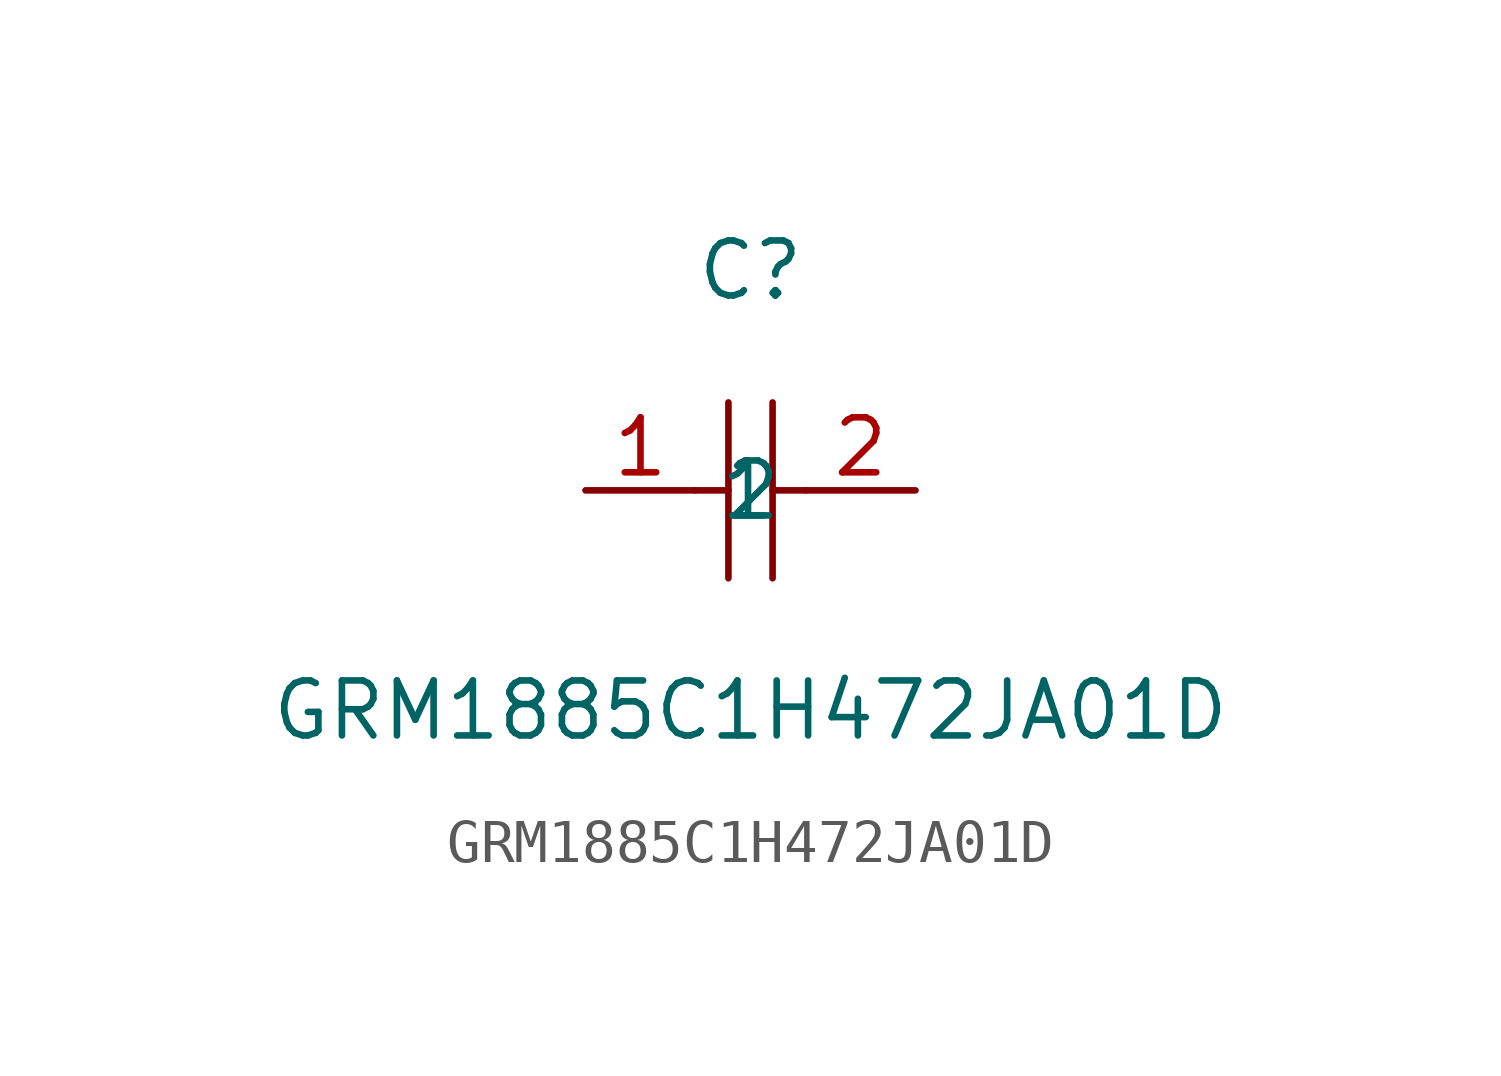
<source format=kicad_sym>
(kicad_symbol_lib
  (version 20211014)
  (generator https://github.com/uPesy/easyeda2kicad.py)
  (symbol "GRM1885C1H472JA01D"
    (property "Reference" "C"
      (at 0 5.08 0)
      (effects (font (size 1.27 1.27))))
    (property "Value" "GRM1885C1H472JA01D"
      (at 0 -5.08 0)
      (effects (font (size 1.27 1.27))))
    (symbol "GRM1885C1H472JA01D_0_1"
      (polyline (pts (xy -0.51 2.03) (xy -0.51 -2.03)) (stroke (width 0) (type default) (color 0 0 0 0)) (fill (type none)))
      (polyline (pts (xy 0.51 2.03) (xy 0.51 -2.03)) (stroke (width 0) (type default) (color 0 0 0 0)) (fill (type none)))
      (polyline (pts (xy -1.27 -0.00) (xy -0.51 -0.00)) (stroke (width 0) (type default) (color 0 0 0 0)) (fill (type none)))
      (polyline (pts (xy 0.51 -0.00) (xy 1.27 -0.00)) (stroke (width 0) (type default) (color 0 0 0 0)) (fill (type none)))
      (pin input line (at -3.81 -0.00 0) (length 2.54) (name "1" (effects (font (size 1.27 1.27)))) (number "1" (effects (font (size 1.27 1.27)))))
      (pin input line (at 3.81 -0.00 180) (length 2.54) (name "2" (effects (font (size 1.27 1.27)))) (number "2" (effects (font (size 1.27 1.27))))))))
</source>
